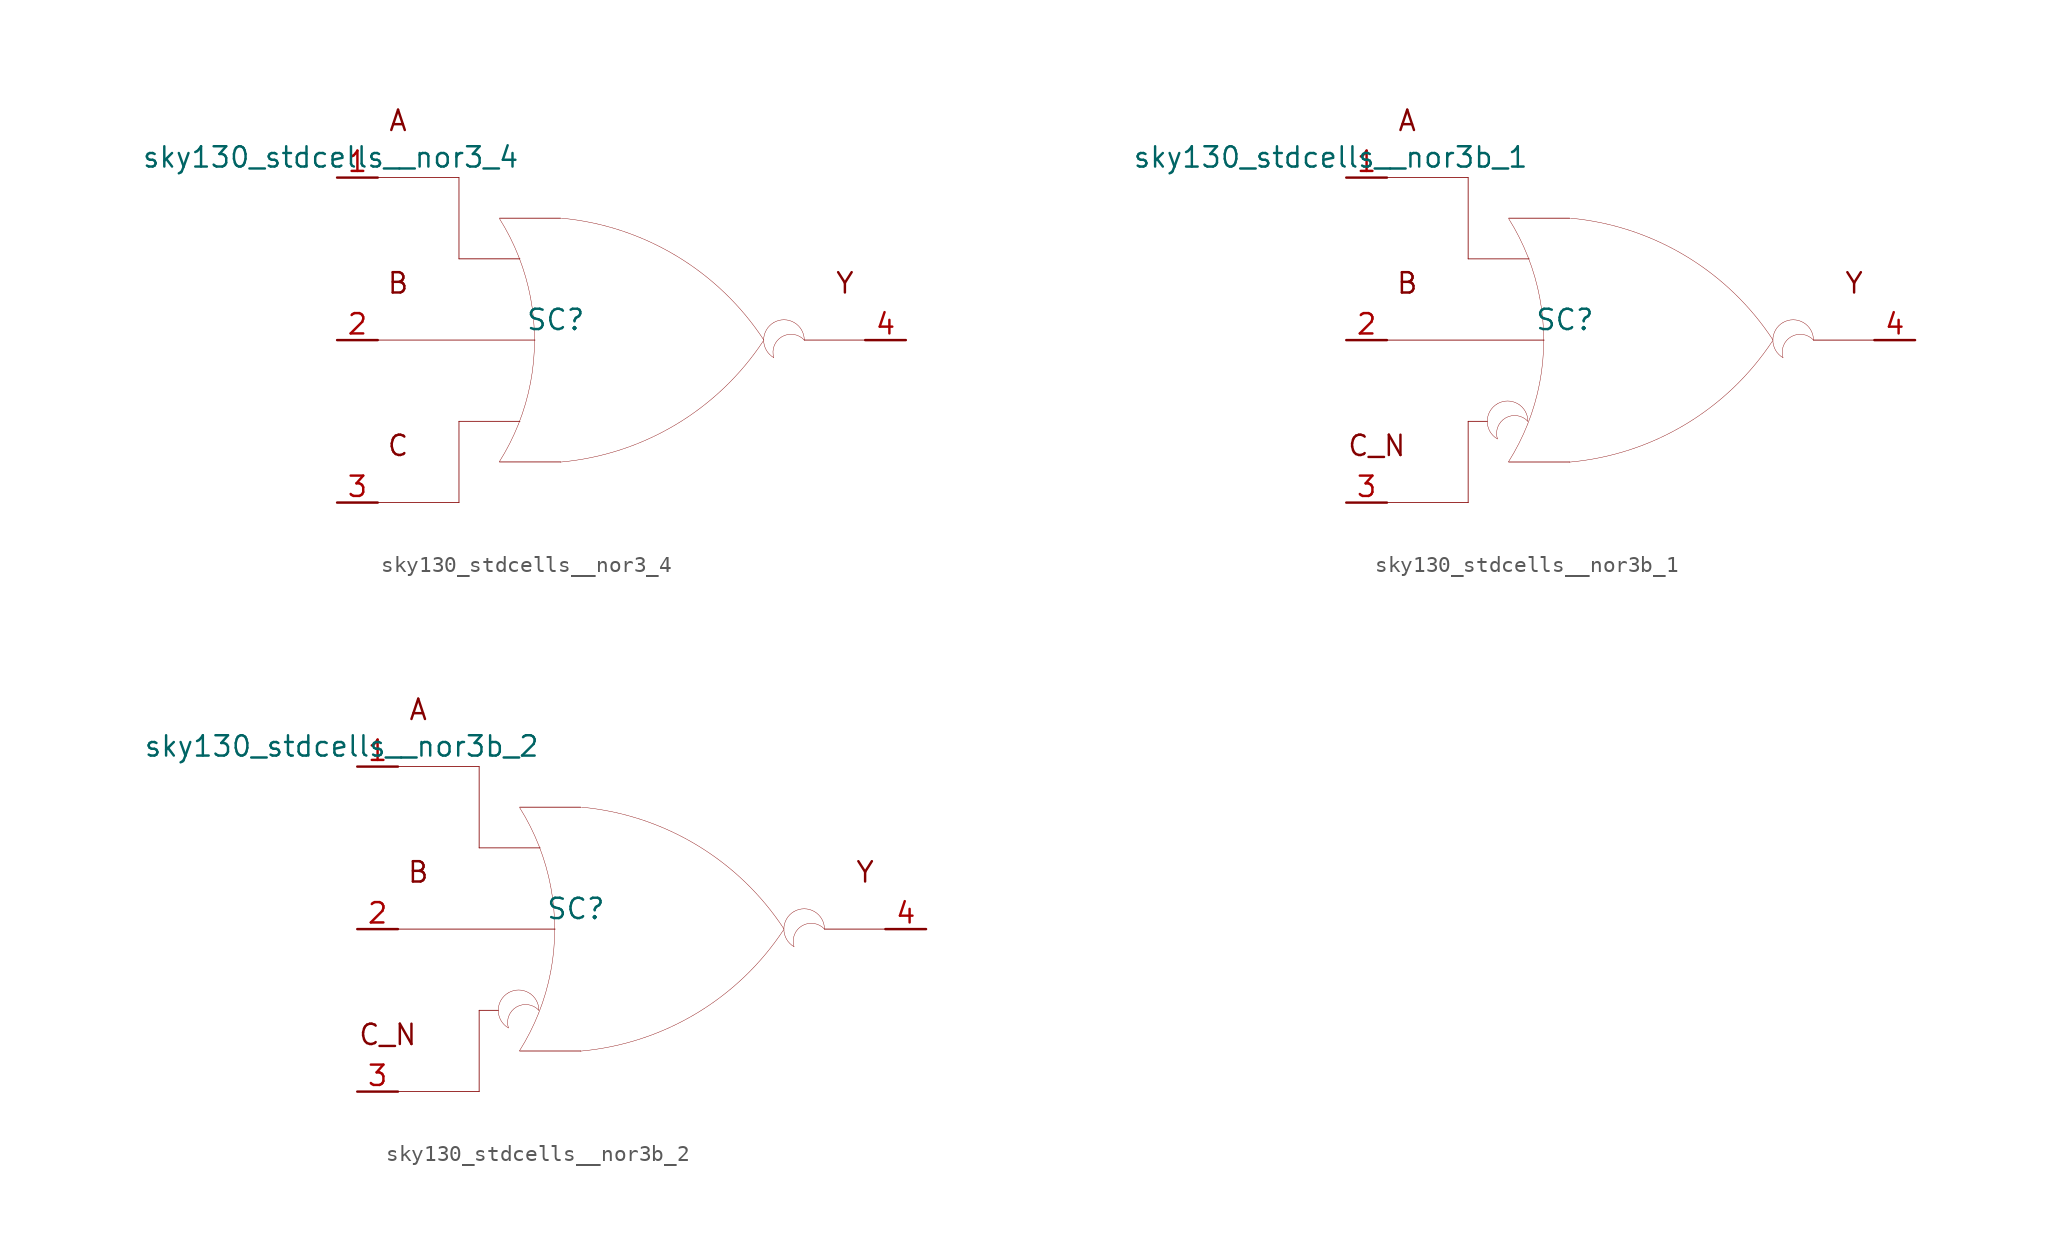
<source format=kicad_sym>
(kicad_symbol_lib
  (version 20211014)
  (generator kicad_symbol_editor)
  (symbol "sky130_stdcells__nor3_4"
    (pin_names hide)
    (property "Reference" "SC"
      (at -4.115 1.27 0)
      (effects (font (size 1.27 1.27))))
    (property "Value" "sky130_stdcells__nor3_4"
      (at -6.35 11.43 0)
      (effects (font (size 1.27 1.27)) (justify right)))
    (symbol "sky130_stdcells__nor3_4_0_0"
      (arc (start -7.6405 -7.6142) (mid -6.983 -6.458) (end -6.4362 -5.2456) (stroke (width 0.0254) (type default) (color 0 0 0 0)) (fill (type none)))
      (arc (start -6.4362 -5.2456) (mid -6.0013 -3.9755) (end -5.688 -2.6701) (stroke (width 0.0254) (type default) (color 0 0 0 0)) (fill (type none)))
      (arc (start -6.418 5.1993) (mid -6.9662 6.4248) (end -7.6273 7.5932) (stroke (width 0.0254) (type default) (color 0 0 0 0)) (fill (type none)))
      (arc (start -5.688 -2.6701) (mid -5.4988 -1.341) (end -5.4356 0) (stroke (width 0.0254) (type default) (color 0 0 0 0)) (fill (type none)))
      (arc (start -5.6834 2.6456) (mid -5.9911 3.9396) (end -6.418 5.1993) (stroke (width 0.0254) (type default) (color 0 0 0 0)) (fill (type none)))
      (arc (start -5.4356 0) (mid -5.4977 1.3286) (end -5.6834 2.6456) (stroke (width 0.0254) (type default) (color 0 0 0 0)) (fill (type none)))
      (arc (start -3.8212 -7.6288) (mid 3.3927 -5.2884) (end 8.8734 -0.0463) (stroke (width 0.0254) (type default) (color 0 0 0 0)) (fill (type none)))
      (polyline (pts (xy -15.24 -10.16) (xy -10.16 -10.16)) (stroke (width 0.051) (type default) (color 0 0 0 0)) (fill (type none)))
      (polyline (pts (xy -15.24 0) (xy -5.41 0)) (stroke (width 0.051) (type default) (color 0 0 0 0)) (fill (type none)))
      (polyline (pts (xy -15.24 10.16) (xy -10.16 10.16)) (stroke (width 0.051) (type default) (color 0 0 0 0)) (fill (type none)))
      (polyline (pts (xy -10.16 -5.08) (xy -10.16 -10.16)) (stroke (width 0.051) (type default) (color 0 0 0 0)) (fill (type none)))
      (polyline (pts (xy -10.16 -5.08) (xy -6.35 -5.08)) (stroke (width 0.051) (type default) (color 0 0 0 0)) (fill (type none)))
      (polyline (pts (xy -10.16 5.08) (xy -6.35 5.08)) (stroke (width 0.051) (type default) (color 0 0 0 0)) (fill (type none)))
      (polyline (pts (xy -10.16 10.16) (xy -10.16 5.08)) (stroke (width 0.051) (type default) (color 0 0 0 0)) (fill (type none)))
      (polyline (pts (xy -7.62 -7.62) (xy -3.81 -7.62)) (stroke (width 0.051) (type default) (color 0 0 0 0)) (fill (type none)))
      (polyline (pts (xy -7.62 7.62) (xy -3.81 7.62)) (stroke (width 0.051) (type default) (color 0 0 0 0)) (fill (type none)))
      (polyline (pts (xy 11.43 0) (xy 15.24 0)) (stroke (width 0.051) (type default) (color 0 0 0 0)) (fill (type none)))
      (arc (start 8.9061 -0.0034) (mid 3.4437 5.2578) (end -3.762 7.6234) (stroke (width 0.0254) (type default) (color 0 0 0 0)) (fill (type none)))
      (arc (start 9.525 1.0999) (mid 8.89 0) (end 9.525 -1.0999) (stroke (width 0.0254) (type default) (color 0 0 0 0)) (fill (type none)))
      (arc (start 11.43 0) (mid 9.5731 0.4743) (end 9.525 -1.0999) (stroke (width 0.0254) (type default) (color 0 0 0 0)) (fill (type none)))
      (arc (start 11.43 0) (mid 10.795 1.0998) (end 9.525 1.0999) (stroke (width 0.0254) (type default) (color 0 0 0 0)) (fill (type none)))
      (text "A" (at -13.97 13.716 0) (effects (font (size 1.27 1.27))))
      (text "B" (at -13.97 3.556 0) (effects (font (size 1.27 1.27))))
      (text "C" (at -13.97 -6.604 0) (effects (font (size 1.27 1.27))))
      (text "Y" (at 13.97 3.556 0) (effects (font (size 1.27 1.27)))))
    (symbol "sky130_stdcells__nor3_4_1_1"
      (pin input line (at -17.78 10.16 0) (length 2.54) (name "A" (effects (font (size 1.092 1.092)))) (number "1" (effects (font (size 1.27 1.27)))))
      (pin input line (at -17.78 0 0) (length 2.54) (name "B" (effects (font (size 1.092 1.092)))) (number "2" (effects (font (size 1.27 1.27)))))
      (pin input line (at -17.78 -10.16 0) (length 2.54) (name "C" (effects (font (size 1.092 1.092)))) (number "3" (effects (font (size 1.27 1.27)))))
      (pin output line (at 17.78 0 180) (length 2.54) (name "Y" (effects (font (size 1.092 1.092)))) (number "4" (effects (font (size 1.27 1.27)))))))
  (symbol "sky130_stdcells__nor3b_1"
    (pin_names hide)
    (property "Reference" "SC"
      (at -4.115 1.27 0)
      (effects (font (size 1.27 1.27))))
    (property "Value" "sky130_stdcells__nor3b_1"
      (at -6.35 11.43 0)
      (effects (font (size 1.27 1.27)) (justify right)))
    (symbol "sky130_stdcells__nor3b_1_0_0"
      (arc (start -8.3312 -3.9801) (mid -8.9662 -5.08) (end -8.3312 -6.1799) (stroke (width 0.0254) (type default) (color 0 0 0 0)) (fill (type none)))
      (arc (start -7.6405 -7.6142) (mid -6.983 -6.458) (end -6.4362 -5.2456) (stroke (width 0.0254) (type default) (color 0 0 0 0)) (fill (type none)))
      (arc (start -6.4362 -5.2456) (mid -6.0013 -3.9755) (end -5.688 -2.6701) (stroke (width 0.0254) (type default) (color 0 0 0 0)) (fill (type none)))
      (arc (start -6.4262 -5.08) (mid -8.2831 -4.6057) (end -8.3312 -6.1799) (stroke (width 0.0254) (type default) (color 0 0 0 0)) (fill (type none)))
      (arc (start -6.4262 -5.08) (mid -7.0612 -3.9802) (end -8.3312 -3.9801) (stroke (width 0.0254) (type default) (color 0 0 0 0)) (fill (type none)))
      (arc (start -6.418 5.1993) (mid -6.9662 6.4248) (end -7.6273 7.5932) (stroke (width 0.0254) (type default) (color 0 0 0 0)) (fill (type none)))
      (arc (start -5.688 -2.6701) (mid -5.4988 -1.341) (end -5.4356 0) (stroke (width 0.0254) (type default) (color 0 0 0 0)) (fill (type none)))
      (arc (start -5.6834 2.6456) (mid -5.9911 3.9396) (end -6.418 5.1993) (stroke (width 0.0254) (type default) (color 0 0 0 0)) (fill (type none)))
      (arc (start -5.4356 0) (mid -5.4977 1.3286) (end -5.6834 2.6456) (stroke (width 0.0254) (type default) (color 0 0 0 0)) (fill (type none)))
      (arc (start -3.8212 -7.6288) (mid 3.3927 -5.2884) (end 8.8734 -0.0463) (stroke (width 0.0254) (type default) (color 0 0 0 0)) (fill (type none)))
      (polyline (pts (xy -15.24 -10.16) (xy -10.16 -10.16)) (stroke (width 0.051) (type default) (color 0 0 0 0)) (fill (type none)))
      (polyline (pts (xy -15.24 0) (xy -5.41 0)) (stroke (width 0.051) (type default) (color 0 0 0 0)) (fill (type none)))
      (polyline (pts (xy -15.24 10.16) (xy -10.16 10.16)) (stroke (width 0.051) (type default) (color 0 0 0 0)) (fill (type none)))
      (polyline (pts (xy -10.16 -5.08) (xy -10.16 -10.16)) (stroke (width 0.051) (type default) (color 0 0 0 0)) (fill (type none)))
      (polyline (pts (xy -10.16 -5.08) (xy -8.966 -5.08)) (stroke (width 0.051) (type default) (color 0 0 0 0)) (fill (type none)))
      (polyline (pts (xy -10.16 5.08) (xy -6.35 5.08)) (stroke (width 0.051) (type default) (color 0 0 0 0)) (fill (type none)))
      (polyline (pts (xy -10.16 10.16) (xy -10.16 5.08)) (stroke (width 0.051) (type default) (color 0 0 0 0)) (fill (type none)))
      (polyline (pts (xy -7.62 -7.62) (xy -3.81 -7.62)) (stroke (width 0.051) (type default) (color 0 0 0 0)) (fill (type none)))
      (polyline (pts (xy -7.62 7.62) (xy -3.81 7.62)) (stroke (width 0.051) (type default) (color 0 0 0 0)) (fill (type none)))
      (polyline (pts (xy 11.43 0) (xy 15.24 0)) (stroke (width 0.051) (type default) (color 0 0 0 0)) (fill (type none)))
      (arc (start 8.9061 -0.0034) (mid 3.4437 5.2578) (end -3.762 7.6234) (stroke (width 0.0254) (type default) (color 0 0 0 0)) (fill (type none)))
      (arc (start 9.525 1.0999) (mid 8.89 0) (end 9.525 -1.0999) (stroke (width 0.0254) (type default) (color 0 0 0 0)) (fill (type none)))
      (arc (start 11.43 0) (mid 9.5731 0.4743) (end 9.525 -1.0999) (stroke (width 0.0254) (type default) (color 0 0 0 0)) (fill (type none)))
      (arc (start 11.43 0) (mid 10.795 1.0998) (end 9.525 1.0999) (stroke (width 0.0254) (type default) (color 0 0 0 0)) (fill (type none)))
      (text "A" (at -13.97 13.716 0) (effects (font (size 1.27 1.27))))
      (text "B" (at -13.97 3.556 0) (effects (font (size 1.27 1.27))))
      (text "C_N" (at -15.875 -6.604 0) (effects (font (size 1.27 1.27))))
      (text "Y" (at 13.97 3.556 0) (effects (font (size 1.27 1.27)))))
    (symbol "sky130_stdcells__nor3b_1_1_1"
      (pin input line (at -17.78 10.16 0) (length 2.54) (name "A" (effects (font (size 1.092 1.092)))) (number "1" (effects (font (size 1.27 1.27)))))
      (pin input line (at -17.78 0 0) (length 2.54) (name "B" (effects (font (size 1.092 1.092)))) (number "2" (effects (font (size 1.27 1.27)))))
      (pin input line (at -17.78 -10.16 0) (length 2.54) (name "C_N" (effects (font (size 1.092 1.092)))) (number "3" (effects (font (size 1.27 1.27)))))
      (pin output line (at 17.78 0 180) (length 2.54) (name "Y" (effects (font (size 1.092 1.092)))) (number "4" (effects (font (size 1.27 1.27)))))))
  (symbol "sky130_stdcells__nor3b_2"
    (pin_names hide)
    (property "Reference" "SC"
      (at -4.115 1.27 0)
      (effects (font (size 1.27 1.27))))
    (property "Value" "sky130_stdcells__nor3b_2"
      (at -6.35 11.43 0)
      (effects (font (size 1.27 1.27)) (justify right)))
    (symbol "sky130_stdcells__nor3b_2_0_0"
      (arc (start -8.3312 -3.9801) (mid -8.9662 -5.08) (end -8.3312 -6.1799) (stroke (width 0.0254) (type default) (color 0 0 0 0)) (fill (type none)))
      (arc (start -7.6405 -7.6142) (mid -6.983 -6.458) (end -6.4362 -5.2456) (stroke (width 0.0254) (type default) (color 0 0 0 0)) (fill (type none)))
      (arc (start -6.4362 -5.2456) (mid -6.0013 -3.9755) (end -5.688 -2.6701) (stroke (width 0.0254) (type default) (color 0 0 0 0)) (fill (type none)))
      (arc (start -6.4262 -5.08) (mid -8.2831 -4.6057) (end -8.3312 -6.1799) (stroke (width 0.0254) (type default) (color 0 0 0 0)) (fill (type none)))
      (arc (start -6.4262 -5.08) (mid -7.0612 -3.9802) (end -8.3312 -3.9801) (stroke (width 0.0254) (type default) (color 0 0 0 0)) (fill (type none)))
      (arc (start -6.418 5.1993) (mid -6.9662 6.4248) (end -7.6273 7.5932) (stroke (width 0.0254) (type default) (color 0 0 0 0)) (fill (type none)))
      (arc (start -5.688 -2.6701) (mid -5.4988 -1.341) (end -5.4356 0) (stroke (width 0.0254) (type default) (color 0 0 0 0)) (fill (type none)))
      (arc (start -5.6834 2.6456) (mid -5.9911 3.9396) (end -6.418 5.1993) (stroke (width 0.0254) (type default) (color 0 0 0 0)) (fill (type none)))
      (arc (start -5.4356 0) (mid -5.4977 1.3286) (end -5.6834 2.6456) (stroke (width 0.0254) (type default) (color 0 0 0 0)) (fill (type none)))
      (arc (start -3.8212 -7.6288) (mid 3.3927 -5.2884) (end 8.8734 -0.0463) (stroke (width 0.0254) (type default) (color 0 0 0 0)) (fill (type none)))
      (polyline (pts (xy -15.24 -10.16) (xy -10.16 -10.16)) (stroke (width 0.051) (type default) (color 0 0 0 0)) (fill (type none)))
      (polyline (pts (xy -15.24 0) (xy -5.41 0)) (stroke (width 0.051) (type default) (color 0 0 0 0)) (fill (type none)))
      (polyline (pts (xy -15.24 10.16) (xy -10.16 10.16)) (stroke (width 0.051) (type default) (color 0 0 0 0)) (fill (type none)))
      (polyline (pts (xy -10.16 -5.08) (xy -10.16 -10.16)) (stroke (width 0.051) (type default) (color 0 0 0 0)) (fill (type none)))
      (polyline (pts (xy -10.16 -5.08) (xy -8.966 -5.08)) (stroke (width 0.051) (type default) (color 0 0 0 0)) (fill (type none)))
      (polyline (pts (xy -10.16 5.08) (xy -6.35 5.08)) (stroke (width 0.051) (type default) (color 0 0 0 0)) (fill (type none)))
      (polyline (pts (xy -10.16 10.16) (xy -10.16 5.08)) (stroke (width 0.051) (type default) (color 0 0 0 0)) (fill (type none)))
      (polyline (pts (xy -7.62 -7.62) (xy -3.81 -7.62)) (stroke (width 0.051) (type default) (color 0 0 0 0)) (fill (type none)))
      (polyline (pts (xy -7.62 7.62) (xy -3.81 7.62)) (stroke (width 0.051) (type default) (color 0 0 0 0)) (fill (type none)))
      (polyline (pts (xy 11.43 0) (xy 15.24 0)) (stroke (width 0.051) (type default) (color 0 0 0 0)) (fill (type none)))
      (arc (start 8.9061 -0.0034) (mid 3.4437 5.2578) (end -3.762 7.6234) (stroke (width 0.0254) (type default) (color 0 0 0 0)) (fill (type none)))
      (arc (start 9.525 1.0999) (mid 8.89 0) (end 9.525 -1.0999) (stroke (width 0.0254) (type default) (color 0 0 0 0)) (fill (type none)))
      (arc (start 11.43 0) (mid 9.5731 0.4743) (end 9.525 -1.0999) (stroke (width 0.0254) (type default) (color 0 0 0 0)) (fill (type none)))
      (arc (start 11.43 0) (mid 10.795 1.0998) (end 9.525 1.0999) (stroke (width 0.0254) (type default) (color 0 0 0 0)) (fill (type none)))
      (text "A" (at -13.97 13.716 0) (effects (font (size 1.27 1.27))))
      (text "B" (at -13.97 3.556 0) (effects (font (size 1.27 1.27))))
      (text "C_N" (at -15.875 -6.604 0) (effects (font (size 1.27 1.27))))
      (text "Y" (at 13.97 3.556 0) (effects (font (size 1.27 1.27)))))
    (symbol "sky130_stdcells__nor3b_2_1_1"
      (pin input line (at -17.78 10.16 0) (length 2.54) (name "A" (effects (font (size 1.092 1.092)))) (number "1" (effects (font (size 1.27 1.27)))))
      (pin input line (at -17.78 0 0) (length 2.54) (name "B" (effects (font (size 1.092 1.092)))) (number "2" (effects (font (size 1.27 1.27)))))
      (pin input line (at -17.78 -10.16 0) (length 2.54) (name "C_N" (effects (font (size 1.092 1.092)))) (number "3" (effects (font (size 1.27 1.27)))))
      (pin output line (at 17.78 0 180) (length 2.54) (name "Y" (effects (font (size 1.092 1.092)))) (number "4" (effects (font (size 1.27 1.27))))))))
</source>
